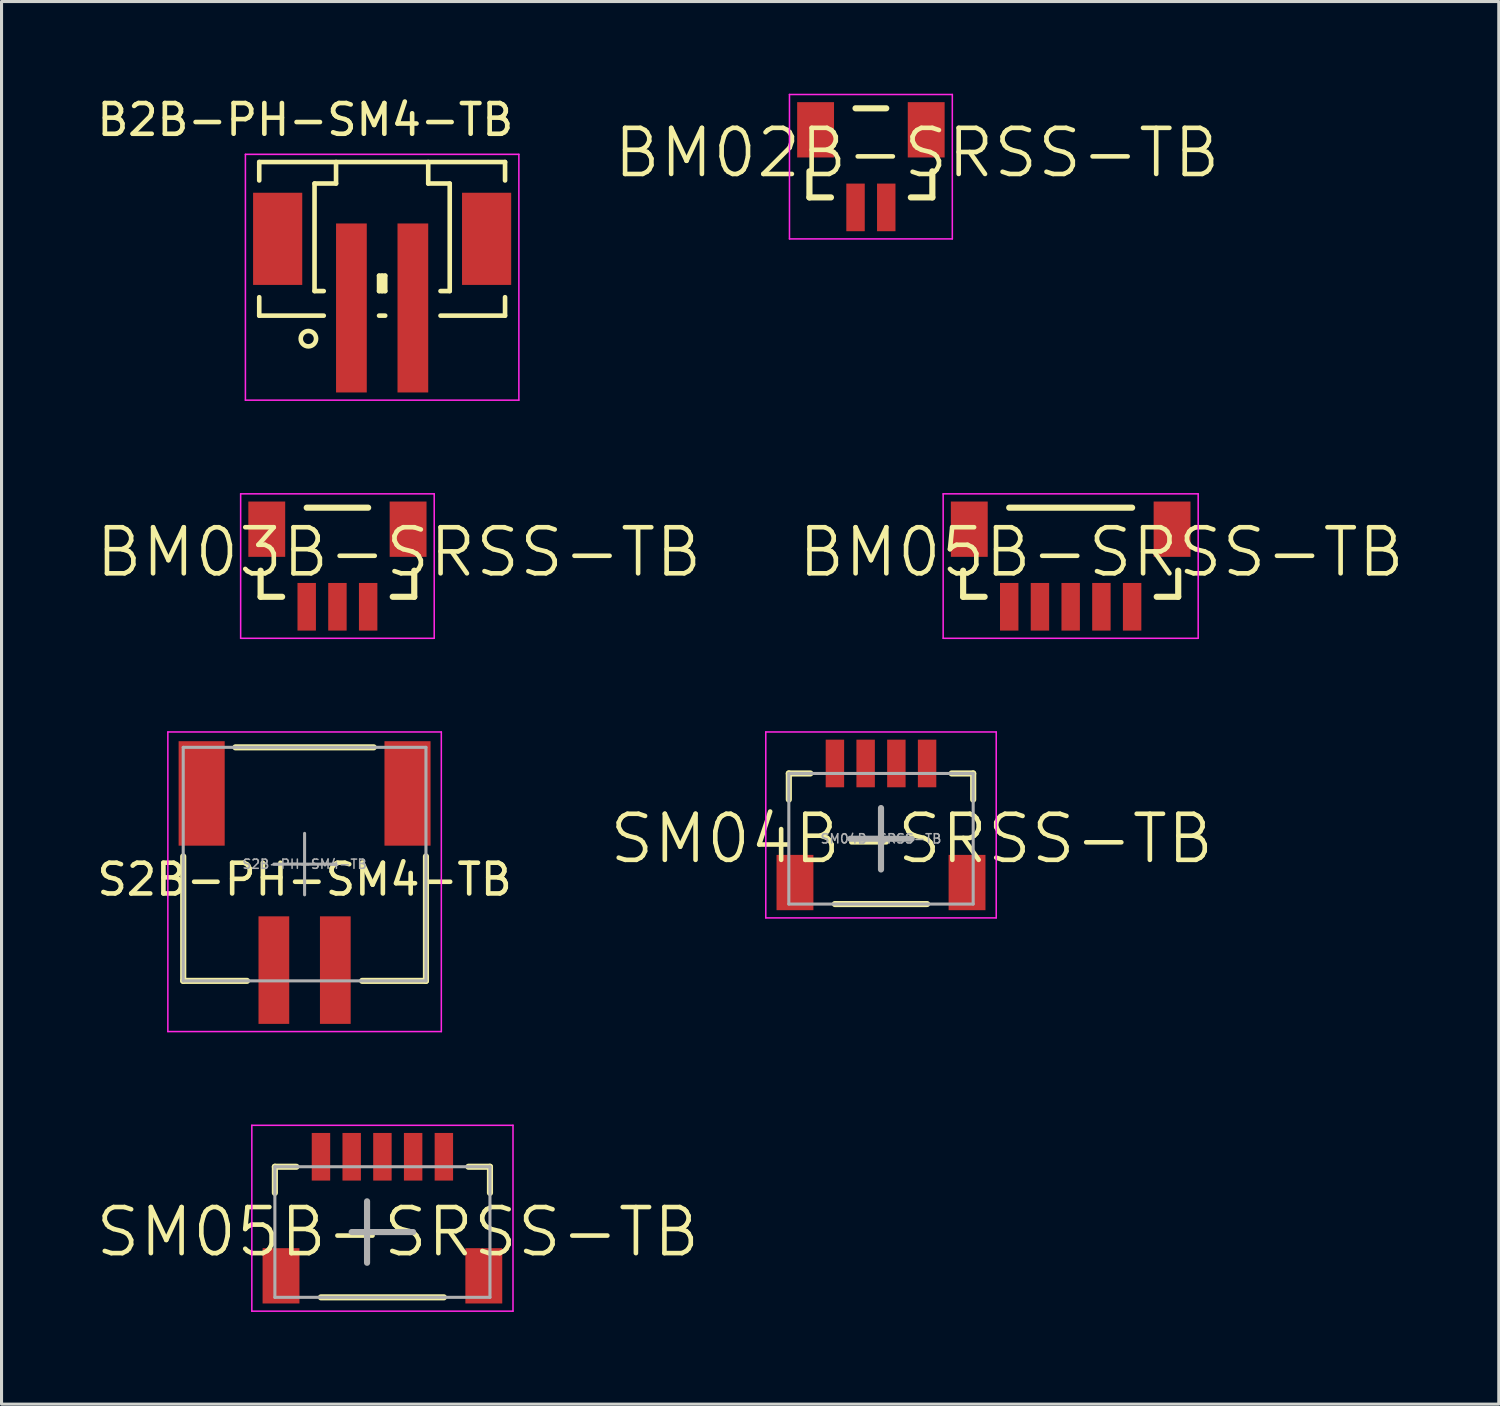
<source format=kicad_pcb>
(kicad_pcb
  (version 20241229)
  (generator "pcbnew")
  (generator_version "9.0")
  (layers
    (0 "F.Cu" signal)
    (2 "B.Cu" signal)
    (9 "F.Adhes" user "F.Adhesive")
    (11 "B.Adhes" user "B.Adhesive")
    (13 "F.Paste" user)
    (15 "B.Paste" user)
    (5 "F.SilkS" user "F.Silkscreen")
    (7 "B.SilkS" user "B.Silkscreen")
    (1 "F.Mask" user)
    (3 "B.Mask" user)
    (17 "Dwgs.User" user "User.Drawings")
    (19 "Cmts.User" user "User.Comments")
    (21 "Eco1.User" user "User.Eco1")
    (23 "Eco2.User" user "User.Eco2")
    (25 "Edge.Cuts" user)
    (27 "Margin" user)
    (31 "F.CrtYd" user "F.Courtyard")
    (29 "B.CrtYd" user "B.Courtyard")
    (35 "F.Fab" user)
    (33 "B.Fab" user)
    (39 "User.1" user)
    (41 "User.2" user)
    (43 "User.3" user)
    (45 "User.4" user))
  (footprint "BM05B-SRSS-TB"
    (layer "F.Cu")
    (at 31.796 14.923)
    (property "Reference" "BM05B-SRSS-TB" (at 1 0 0) (layer "F.SilkS") (effects (font (size 1.5 1.5) (thickness 0.15))))
    (attr smd)
    (fp_line (start -3.5 1.45) (end -3.5 0.6) (stroke (width 0.2) (type solid)) (layer "F.SilkS"))
    (fp_line (start -3.5 1.45) (end -2.8 1.45) (stroke (width 0.2) (type solid)) (layer "F.SilkS"))
    (fp_line (start -2 -1.45) (end 2 -1.45) (stroke (width 0.2) (type solid)) (layer "F.SilkS"))
    (fp_line (start 3.5 1.45) (end 2.8 1.45) (stroke (width 0.2) (type solid)) (layer "F.SilkS"))
    (fp_line (start 3.5 1.45) (end 3.5 0.6) (stroke (width 0.2) (type solid)) (layer "F.SilkS"))
    (fp_line (start -4.15 -1.9) (end 4.15 -1.9) (stroke (width 0.05) (type solid)) (layer "F.CrtYd"))
    (fp_line (start -4.15 2.8) (end -4.15 -1.9) (stroke (width 0.05) (type solid)) (layer "F.CrtYd"))
    (fp_line (start 4.15 -1.9) (end 4.15 2.8) (stroke (width 0.05) (type solid)) (layer "F.CrtYd"))
    (fp_line (start 4.15 2.8) (end -4.15 2.8) (stroke (width 0.05) (type solid)) (layer "F.CrtYd"))
    (pad "1" smd rect (at -2 1.775) (size 0.6 1.55) (layers "F.Cu" "F.Mask" "F.Paste"))
    (pad "2" smd rect (at -1 1.775) (size 0.6 1.55) (layers "F.Cu" "F.Mask" "F.Paste"))
    (pad "3" smd rect (at 0 1.775) (size 0.6 1.55) (layers "F.Cu" "F.Mask" "F.Paste"))
    (pad "4" smd rect (at 1 1.775) (size 0.6 1.55) (layers "F.Cu" "F.Mask" "F.Paste"))
    (pad "5" smd rect (at 2 1.775) (size 0.6 1.55) (layers "F.Cu" "F.Mask" "F.Paste"))
    (pad "FG" smd rect (at -3.3 -0.75) (size 1.2 1.8) (layers "F.Cu" "F.Mask" "F.Paste"))
    (pad "FG" smd rect (at 3.3 -0.75) (size 1.2 1.8) (layers "F.Cu" "F.Mask" "F.Paste")))
  (footprint "BM03B-SRSS-TB"
    (layer "F.Cu")
    (at 7.932 14.923)
    (property "Reference" "BM03B-SRSS-TB" (at 2 0 0) (layer "F.SilkS") (effects (font (size 1.5 1.5) (thickness 0.15))))
    (attr smd)
    (fp_line (start -2.5 1.45) (end -2.5 0.6) (stroke (width 0.2) (type solid)) (layer "F.SilkS"))
    (fp_line (start -2.5 1.45) (end -1.8 1.45) (stroke (width 0.2) (type solid)) (layer "F.SilkS"))
    (fp_line (start -1 -1.45) (end 1 -1.45) (stroke (width 0.2) (type solid)) (layer "F.SilkS"))
    (fp_line (start 2.5 1.45) (end 1.8 1.45) (stroke (width 0.2) (type solid)) (layer "F.SilkS"))
    (fp_line (start 2.5 1.45) (end 2.5 0.6) (stroke (width 0.2) (type solid)) (layer "F.SilkS"))
    (fp_line (start -3.15 -1.9) (end 3.15 -1.9) (stroke (width 0.05) (type solid)) (layer "F.CrtYd"))
    (fp_line (start -3.15 2.8) (end -3.15 -1.9) (stroke (width 0.05) (type solid)) (layer "F.CrtYd"))
    (fp_line (start 3.15 -1.9) (end 3.15 2.8) (stroke (width 0.05) (type solid)) (layer "F.CrtYd"))
    (fp_line (start 3.15 2.8) (end -3.15 2.8) (stroke (width 0.05) (type solid)) (layer "F.CrtYd"))
    (pad "1" smd rect (at -1 1.775) (size 0.6 1.55) (layers "F.Cu" "F.Mask" "F.Paste"))
    (pad "2" smd rect (at 0 1.775) (size 0.6 1.55) (layers "F.Cu" "F.Mask" "F.Paste"))
    (pad "3" smd rect (at 1 1.775) (size 0.6 1.55) (layers "F.Cu" "F.Mask" "F.Paste"))
    (pad "FG" smd rect (at -2.3 -0.75) (size 1.2 1.8) (layers "F.Cu" "F.Mask" "F.Paste"))
    (pad "FG" smd rect (at 2.3 -0.75) (size 1.2 1.8) (layers "F.Cu" "F.Mask" "F.Paste")))
  (footprint "BM02B-SRSS-TB"
    (layer "F.Cu")
    (at 25.294 1.925)
    (property "Reference" "BM02B-SRSS-TB" (at 1.5 0 0) (layer "F.SilkS") (effects (font (size 1.5 1.5) (thickness 0.15))))
    (attr smd)
    (fp_line (start -2 1.45) (end -2 0.6) (stroke (width 0.2) (type solid)) (layer "F.SilkS"))
    (fp_line (start -2 1.45) (end -1.3 1.45) (stroke (width 0.2) (type solid)) (layer "F.SilkS"))
    (fp_line (start -0.5 -1.45) (end 0.5 -1.45) (stroke (width 0.2) (type solid)) (layer "F.SilkS"))
    (fp_line (start 2 1.45) (end 1.3 1.45) (stroke (width 0.2) (type solid)) (layer "F.SilkS"))
    (fp_line (start 2 1.45) (end 2 0.6) (stroke (width 0.2) (type solid)) (layer "F.SilkS"))
    (fp_line (start -2.65 -1.9) (end 2.65 -1.9) (stroke (width 0.05) (type solid)) (layer "F.CrtYd"))
    (fp_line (start -2.65 2.8) (end -2.65 -1.9) (stroke (width 0.05) (type solid)) (layer "F.CrtYd"))
    (fp_line (start 2.65 -1.9) (end 2.65 2.8) (stroke (width 0.05) (type solid)) (layer "F.CrtYd"))
    (fp_line (start 2.65 2.8) (end -2.65 2.8) (stroke (width 0.05) (type solid)) (layer "F.CrtYd"))
    (pad "1" smd rect (at -0.5 1.775) (size 0.6 1.55) (layers "F.Cu" "F.Mask" "F.Paste"))
    (pad "2" smd rect (at 0.5 1.775) (size 0.6 1.55) (layers "F.Cu" "F.Mask" "F.Paste"))
    (pad "FG" smd rect (at -1.8 -0.75) (size 1.2 1.8) (layers "F.Cu" "F.Mask" "F.Paste"))
    (pad "FG" smd rect (at 1.8 -0.75) (size 1.2 1.8) (layers "F.Cu" "F.Mask" "F.Paste")))
  (footprint "S2B-PH-SM4-TB"
    (layer "F.Cu")
    (at 6.863 25.073)
    (property "Reference" "S2B-PH-SM4-TB" (at 0 0.5 0) (layer "F.SilkS") (effects (font (size 1 1) (thickness 0.15))))
    (attr smd)
    (fp_line (start -3.95 3.8) (end -3.95 -0.25) (stroke (width 0.2) (type solid)) (layer "F.SilkS"))
    (fp_line (start -3.95 3.8) (end -1.875 3.8) (stroke (width 0.2) (type solid)) (layer "F.SilkS"))
    (fp_line (start -2.25 -3.8) (end 2.25 -3.8) (stroke (width 0.2) (type solid)) (layer "F.SilkS"))
    (fp_line (start 1.875 3.8) (end 3.95 3.8) (stroke (width 0.2) (type solid)) (layer "F.SilkS"))
    (fp_line (start 3.95 3.8) (end 3.95 -0.25) (stroke (width 0.2) (type solid)) (layer "F.SilkS"))
    (fp_line (start -4.45 -4.3) (end 4.45 -4.3) (stroke (width 0.05) (type solid)) (layer "F.CrtYd"))
    (fp_line (start -4.45 5.45) (end -4.45 -4.3) (stroke (width 0.05) (type solid)) (layer "F.CrtYd"))
    (fp_line (start 4.45 -4.3) (end 4.45 5.45) (stroke (width 0.05) (type solid)) (layer "F.CrtYd"))
    (fp_line (start 4.45 5.45) (end -4.45 5.45) (stroke (width 0.05) (type solid)) (layer "F.CrtYd"))
    (fp_line (start -3.95 -3.8) (end 3.95 -3.8) (stroke (width 0.1) (type solid)) (layer "F.Fab"))
    (fp_line (start -3.95 3.8) (end -3.95 -3.8) (stroke (width 0.1) (type solid)) (layer "F.Fab"))
    (fp_line (start -3.95 3.8) (end 3.95 3.8) (stroke (width 0.1) (type solid)) (layer "F.Fab"))
    (fp_line (start -1 0) (end 1 0) (stroke (width 0.1) (type solid)) (layer "F.Fab"))
    (fp_line (start 0 -1) (end 0 1) (stroke (width 0.1) (type solid)) (layer "F.Fab"))
    (fp_line (start 3.95 -3.8) (end 3.95 3.8) (stroke (width 0.1) (type solid)) (layer "F.Fab"))
    (fp_text user "${REFERENCE}" (at 0 0 0) (layer "F.Fab") (effects (font (size 0.3 0.3) (thickness 0.05))))
    (pad "1" smd rect (at 1 3.45) (size 1 3.5) (layers "F.Cu" "F.Mask" "F.Paste"))
    (pad "2" smd rect (at -1 3.45) (size 1 3.5) (layers "F.Cu" "F.Mask" "F.Paste"))
    (pad "FG" smd rect (at -3.35 -2.3) (size 1.5 3.4) (layers "F.Cu" "F.Mask" "F.Paste"))
    (pad "FG" smd rect (at 3.35 -2.3) (size 1.5 3.4) (layers "F.Cu" "F.Mask" "F.Paste")))
  (footprint "SM04B-SRSS-TB"
    (layer "F.Cu")
    (at 25.623 24.248)
    (property "Reference" "SM04B-SRSS-TB" (at 1 0 0) (layer "F.SilkS") (effects (font (size 1.5 1.5) (thickness 0.15))))
    (attr smd)
    (fp_line (start -3 -2.125) (end -2.3 -2.125) (stroke (width 0.2) (type solid)) (layer "F.SilkS"))
    (fp_line (start -3 -1.275) (end -3 -2.125) (stroke (width 0.2) (type solid)) (layer "F.SilkS"))
    (fp_line (start -1.5 2.125) (end 1.5 2.125) (stroke (width 0.2) (type solid)) (layer "F.SilkS"))
    (fp_line (start 3 -2.125) (end 2.3 -2.125) (stroke (width 0.2) (type solid)) (layer "F.SilkS"))
    (fp_line (start 3 -1.275) (end 3 -2.125) (stroke (width 0.2) (type solid)) (layer "F.SilkS"))
    (fp_line (start -3.75 -3.475) (end 3.75 -3.475) (stroke (width 0.05) (type solid)) (layer "F.CrtYd"))
    (fp_line (start -3.75 2.575) (end -3.75 -3.475) (stroke (width 0.05) (type solid)) (layer "F.CrtYd"))
    (fp_line (start 3.75 -3.475) (end 3.75 2.575) (stroke (width 0.05) (type solid)) (layer "F.CrtYd"))
    (fp_line (start 3.75 2.575) (end -3.75 2.575) (stroke (width 0.05) (type solid)) (layer "F.CrtYd"))
    (fp_line (start -3 -2.125) (end -3 2.125) (stroke (width 0.1) (type solid)) (layer "F.Fab"))
    (fp_line (start -3 2.125) (end 3 2.125) (stroke (width 0.1) (type solid)) (layer "F.Fab"))
    (fp_line (start -1 0) (end 1 0) (stroke (width 0.2) (type solid)) (layer "F.Fab"))
    (fp_line (start 0 -1) (end 0 1) (stroke (width 0.2) (type solid)) (layer "F.Fab"))
    (fp_line (start 3 -2.125) (end -3 -2.125) (stroke (width 0.1) (type solid)) (layer "F.Fab"))
    (fp_line (start 3 2.125) (end 3 -2.125) (stroke (width 0.1) (type solid)) (layer "F.Fab"))
    (fp_text user "${REFERENCE}" (at 0 0 0) (layer "F.Fab") (effects (font (size 0.3 0.3) (thickness 0.05))))
    (pad "1" smd rect (at -1.5 -2.45) (size 0.6 1.55) (layers "F.Cu" "F.Mask" "F.Paste"))
    (pad "2" smd rect (at -0.5 -2.45) (size 0.6 1.55) (layers "F.Cu" "F.Mask" "F.Paste"))
    (pad "3" smd rect (at 0.5 -2.45) (size 0.6 1.55) (layers "F.Cu" "F.Mask" "F.Paste"))
    (pad "4" smd rect (at 1.5 -2.45) (size 0.6 1.55) (layers "F.Cu" "F.Mask" "F.Paste"))
    (pad "FG" smd rect (at -2.8 1.425) (size 1.2 1.8) (layers "F.Cu" "F.Mask" "F.Paste"))
    (pad "FG" smd rect (at 2.8 1.425) (size 1.2 1.8) (layers "F.Cu" "F.Mask" "F.Paste")))
  (footprint "B2B-PH-SM4-TB"
    (layer "F.Cu")
    (at 9.387 4.723)
    (property "Reference" "B2B-PH-SM4-TB" (at -2.5 -3.875 0) (layer "F.SilkS") (effects (font (size 1 1) (thickness 0.15))))
    (attr smd)
    (fp_line (start -4 -2.5) (end 4 -2.5) (stroke (width 0.15) (type solid)) (layer "F.SilkS"))
    (fp_line (start -4 -1.9) (end -4 -2.5) (stroke (width 0.15) (type solid)) (layer "F.SilkS"))
    (fp_line (start -4 1.9) (end -4 2.5) (stroke (width 0.15) (type solid)) (layer "F.SilkS"))
    (fp_line (start -4 2.5) (end -1.9 2.5) (stroke (width 0.15) (type solid)) (layer "F.SilkS"))
    (fp_line (start -2.2 -1.8) (end -2.2 1.7) (stroke (width 0.15) (type solid)) (layer "F.SilkS"))
    (fp_line (start -2.2 1.7) (end -1.9 1.7) (stroke (width 0.15) (type solid)) (layer "F.SilkS"))
    (fp_line (start -1.5 -2.5) (end -1.5 -1.8) (stroke (width 0.15) (type solid)) (layer "F.SilkS"))
    (fp_line (start -1.5 -1.8) (end -2.2 -1.8) (stroke (width 0.15) (type solid)) (layer "F.SilkS"))
    (fp_line (start -0.1 1.2) (end 0.1 1.2) (stroke (width 0.15) (type solid)) (layer "F.SilkS"))
    (fp_line (start -0.1 1.7) (end -0.1 1.2) (stroke (width 0.15) (type solid)) (layer "F.SilkS"))
    (fp_line (start -0.1 1.7) (end 0.1 1.7) (stroke (width 0.15) (type solid)) (layer "F.SilkS"))
    (fp_line (start -0.1 2.5) (end 0.1 2.5) (stroke (width 0.15) (type solid)) (layer "F.SilkS"))
    (fp_line (start 0 1.7) (end 0 1.2) (stroke (width 0.15) (type solid)) (layer "F.SilkS"))
    (fp_line (start 0.1 1.2) (end 0.1 1.7) (stroke (width 0.15) (type solid)) (layer "F.SilkS"))
    (fp_line (start 1.5 -2.5) (end 1.5 -1.8) (stroke (width 0.15) (type solid)) (layer "F.SilkS"))
    (fp_line (start 1.5 -1.8) (end 2.2 -1.8) (stroke (width 0.15) (type solid)) (layer "F.SilkS"))
    (fp_line (start 2.2 -1.8) (end 2.2 1.7) (stroke (width 0.15) (type solid)) (layer "F.SilkS"))
    (fp_line (start 2.2 1.7) (end 1.9 1.7) (stroke (width 0.15) (type solid)) (layer "F.SilkS"))
    (fp_line (start 4 -2.5) (end 4 -1.9) (stroke (width 0.15) (type solid)) (layer "F.SilkS"))
    (fp_line (start 4 1.9) (end 4 2.5) (stroke (width 0.15) (type solid)) (layer "F.SilkS"))
    (fp_line (start 4 2.5) (end 1.9 2.5) (stroke (width 0.15) (type solid)) (layer "F.SilkS"))
    (fp_circle (center -2.4 3.25) (end -2.15 3.25) (stroke (width 0.15) (type solid)) (fill no) (layer "F.SilkS"))
    (fp_line (start -4.45 -2.75) (end 4.45 -2.75) (stroke (width 0.05) (type solid)) (layer "F.CrtYd"))
    (fp_line (start -4.45 5.25) (end -4.45 -2.75) (stroke (width 0.05) (type solid)) (layer "F.CrtYd"))
    (fp_line (start 4.45 -2.75) (end 4.45 5.25) (stroke (width 0.05) (type solid)) (layer "F.CrtYd"))
    (fp_line (start 4.45 5.25) (end -4.45 5.25) (stroke (width 0.05) (type solid)) (layer "F.CrtYd"))
    (pad "" smd rect (at -3.4 0) (size 1.6 3) (layers "F.Cu" "F.Mask" "F.Paste"))
    (pad "" smd rect (at 3.4 0) (size 1.6 3) (layers "F.Cu" "F.Mask" "F.Paste"))
    (pad "1" smd rect (at -1 2.25) (size 1 5.5) (layers "F.Cu" "F.Mask" "F.Paste"))
    (pad "2" smd rect (at 1 2.25) (size 1 5.5) (layers "F.Cu" "F.Mask" "F.Paste")))
  (footprint "SM05B-SRSS-TB"
    (layer "F.Cu")
    (at 9.396 37.048)
    (property "Reference" "SM05B-SRSS-TB" (at 0.5 0 0) (layer "F.SilkS") (effects (font (size 1.5 1.5) (thickness 0.15))))
    (attr smd)
    (fp_line (start -3.5 -2.125) (end -2.8 -2.125) (stroke (width 0.2) (type solid)) (layer "F.SilkS"))
    (fp_line (start -3.5 -1.275) (end -3.5 -2.125) (stroke (width 0.2) (type solid)) (layer "F.SilkS"))
    (fp_line (start -2 2.125) (end 2 2.125) (stroke (width 0.2) (type solid)) (layer "F.SilkS"))
    (fp_line (start 3.5 -2.125) (end 2.8 -2.125) (stroke (width 0.2) (type solid)) (layer "F.SilkS"))
    (fp_line (start 3.5 -1.275) (end 3.5 -2.125) (stroke (width 0.2) (type solid)) (layer "F.SilkS"))
    (fp_line (start -4.25 -3.475) (end 4.25 -3.475) (stroke (width 0.05) (type solid)) (layer "F.CrtYd"))
    (fp_line (start -4.25 2.575) (end -4.25 -3.475) (stroke (width 0.05) (type solid)) (layer "F.CrtYd"))
    (fp_line (start 4.25 -3.475) (end 4.25 2.575) (stroke (width 0.05) (type solid)) (layer "F.CrtYd"))
    (fp_line (start 4.25 2.575) (end -4.25 2.575) (stroke (width 0.05) (type solid)) (layer "F.CrtYd"))
    (fp_line (start -3.5 -2.125) (end -3.5 2.125) (stroke (width 0.1) (type solid)) (layer "F.Fab"))
    (fp_line (start -3.5 2.125) (end 3.5 2.125) (stroke (width 0.1) (type solid)) (layer "F.Fab"))
    (fp_line (start -1 0) (end 1 0) (stroke (width 0.2) (type solid)) (layer "F.Fab"))
    (fp_line (start -0.5 -1) (end -0.5 1) (stroke (width 0.2) (type solid)) (layer "F.Fab"))
    (fp_line (start 3.5 -2.125) (end -3.5 -2.125) (stroke (width 0.1) (type solid)) (layer "F.Fab"))
    (fp_line (start 3.5 2.125) (end 3.5 -2.125) (stroke (width 0.1) (type solid)) (layer "F.Fab"))
    (pad "1" smd rect (at -2 -2.45) (size 0.6 1.55) (layers "F.Cu" "F.Mask" "F.Paste"))
    (pad "2" smd rect (at -1 -2.45) (size 0.6 1.55) (layers "F.Cu" "F.Mask" "F.Paste"))
    (pad "3" smd rect (at 0 -2.45) (size 0.6 1.55) (layers "F.Cu" "F.Mask" "F.Paste"))
    (pad "4" smd rect (at 1 -2.45) (size 0.6 1.55) (layers "F.Cu" "F.Mask" "F.Paste"))
    (pad "5" smd rect (at 2 -2.45) (size 0.6 1.55) (layers "F.Cu" "F.Mask" "F.Paste"))
    (pad "FG" smd rect (at -3.3 1.425) (size 1.2 1.8) (layers "F.Cu" "F.Mask" "F.Paste"))
    (pad "FG" smd rect (at 3.3 1.425) (size 1.2 1.8) (layers "F.Cu" "F.Mask" "F.Paste")))
  (gr_rect
    (start -3 -3)
    (end 45.729 42.648)
    (stroke (width 0.1) (type default))
    (fill no)
    (layer "Edge.Cuts")))
</source>
